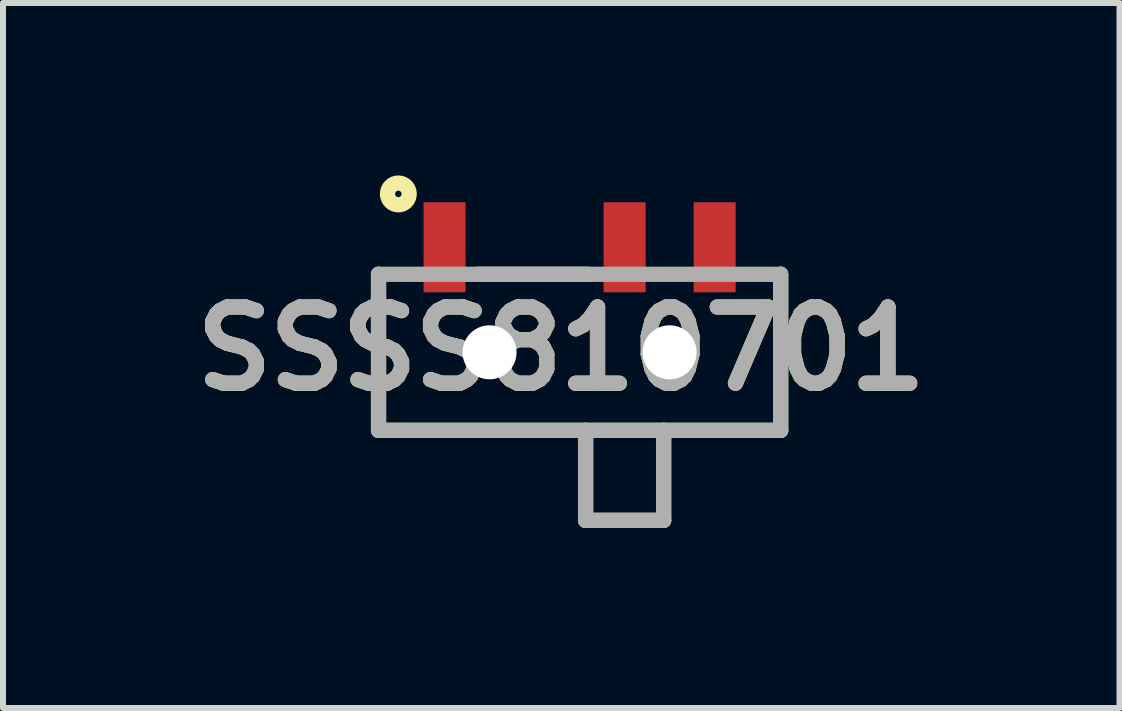
<source format=kicad_pcb>
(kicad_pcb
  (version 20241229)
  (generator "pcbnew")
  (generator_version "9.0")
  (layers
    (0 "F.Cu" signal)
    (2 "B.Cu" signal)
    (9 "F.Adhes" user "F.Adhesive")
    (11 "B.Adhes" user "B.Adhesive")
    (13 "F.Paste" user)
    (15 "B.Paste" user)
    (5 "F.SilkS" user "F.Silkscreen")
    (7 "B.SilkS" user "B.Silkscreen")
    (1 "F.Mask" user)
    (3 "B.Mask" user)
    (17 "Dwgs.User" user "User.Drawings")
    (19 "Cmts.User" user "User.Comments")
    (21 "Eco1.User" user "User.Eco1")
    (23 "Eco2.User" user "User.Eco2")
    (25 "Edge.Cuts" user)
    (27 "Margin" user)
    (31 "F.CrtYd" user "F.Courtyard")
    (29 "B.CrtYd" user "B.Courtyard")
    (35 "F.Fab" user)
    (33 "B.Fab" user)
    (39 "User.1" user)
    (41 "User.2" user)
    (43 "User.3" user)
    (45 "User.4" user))
  (footprint "SSSS810701"
    (layer "F.Cu")
    (at 7.357 1.07)
    (property "Reference" "SSSS810701" (at -1.056 1.691 0) (layer "F.SilkS") (effects (font (size 1.27 1.27) (thickness 0.254))))
    (attr through_hole)
    (fp_line (start -4.1 3.05) (end -4.1 0.45) (stroke (width 0.254) (type solid)) (layer "F.SilkS"))
    (fp_line (start -2.454 0.45) (end -0.605 0.45) (stroke (width 0.254) (type solid)) (layer "F.SilkS"))
    (fp_line (start -0.65 3.05) (end -0.65 4.55) (stroke (width 0.254) (type solid)) (layer "F.SilkS"))
    (fp_line (start -0.65 4.55) (end 0.65 4.55) (stroke (width 0.254) (type solid)) (layer "F.SilkS"))
    (fp_line (start 0.65 4.55) (end 0.65 3.05) (stroke (width 0.254) (type solid)) (layer "F.SilkS"))
    (fp_line (start 2.6 0.45) (end 2.6 3.05) (stroke (width 0.254) (type solid)) (layer "F.SilkS"))
    (fp_line (start 2.6 3.05) (end -4.1 3.05) (stroke (width 0.254) (type solid)) (layer "F.SilkS"))
    (fp_circle (center -3.77 -0.889) (end -3.77 -0.835) (stroke (width 0.254) (type solid)) (fill no) (layer "F.SilkS"))
    (fp_line (start -4.1 0.45) (end 2.6 0.45) (stroke (width 0.254) (type solid)) (layer "F.Fab"))
    (fp_line (start -4.1 3.05) (end -4.1 0.45) (stroke (width 0.254) (type solid)) (layer "F.Fab"))
    (fp_line (start -0.65 3.05) (end -0.65 4.55) (stroke (width 0.254) (type solid)) (layer "F.Fab"))
    (fp_line (start -0.65 4.55) (end 0.65 4.55) (stroke (width 0.254) (type solid)) (layer "F.Fab"))
    (fp_line (start 0.65 4.55) (end 0.65 3.05) (stroke (width 0.254) (type solid)) (layer "F.Fab"))
    (fp_line (start 2.6 0.45) (end 2.6 3.05) (stroke (width 0.254) (type solid)) (layer "F.Fab"))
    (fp_line (start 2.6 3.05) (end -4.1 3.05) (stroke (width 0.254) (type solid)) (layer "F.Fab"))
    (fp_text user "${REFERENCE}" (at -1.056 1.691 0) (layer "F.Fab") (effects (font (size 1.27 1.27) (thickness 0.254))))
    (pad "" np_thru_hole circle (at -2.25 1.75) (size 0.9 0.9) (drill 0.9) (layers "*.Cu" "*.Mask"))
    (pad "" np_thru_hole circle (at 0.75 1.75) (size 0.9 0.9) (drill 0.9) (layers "*.Cu" "*.Mask"))
    (pad "1" smd rect (at -3 0) (size 0.7 1.5) (layers "F.Cu" "F.Mask" "F.Paste"))
    (pad "2" smd rect (at 0 0) (size 0.7 1.5) (layers "F.Cu" "F.Mask" "F.Paste"))
    (pad "3" smd rect (at 1.5 0) (size 0.7 1.5) (layers "F.Cu" "F.Mask" "F.Paste")))
  (gr_rect
    (start -3 -3)
    (end 15.603 8.747)
    (stroke (width 0.1) (type default))
    (fill no)
    (layer "Edge.Cuts")))
</source>
